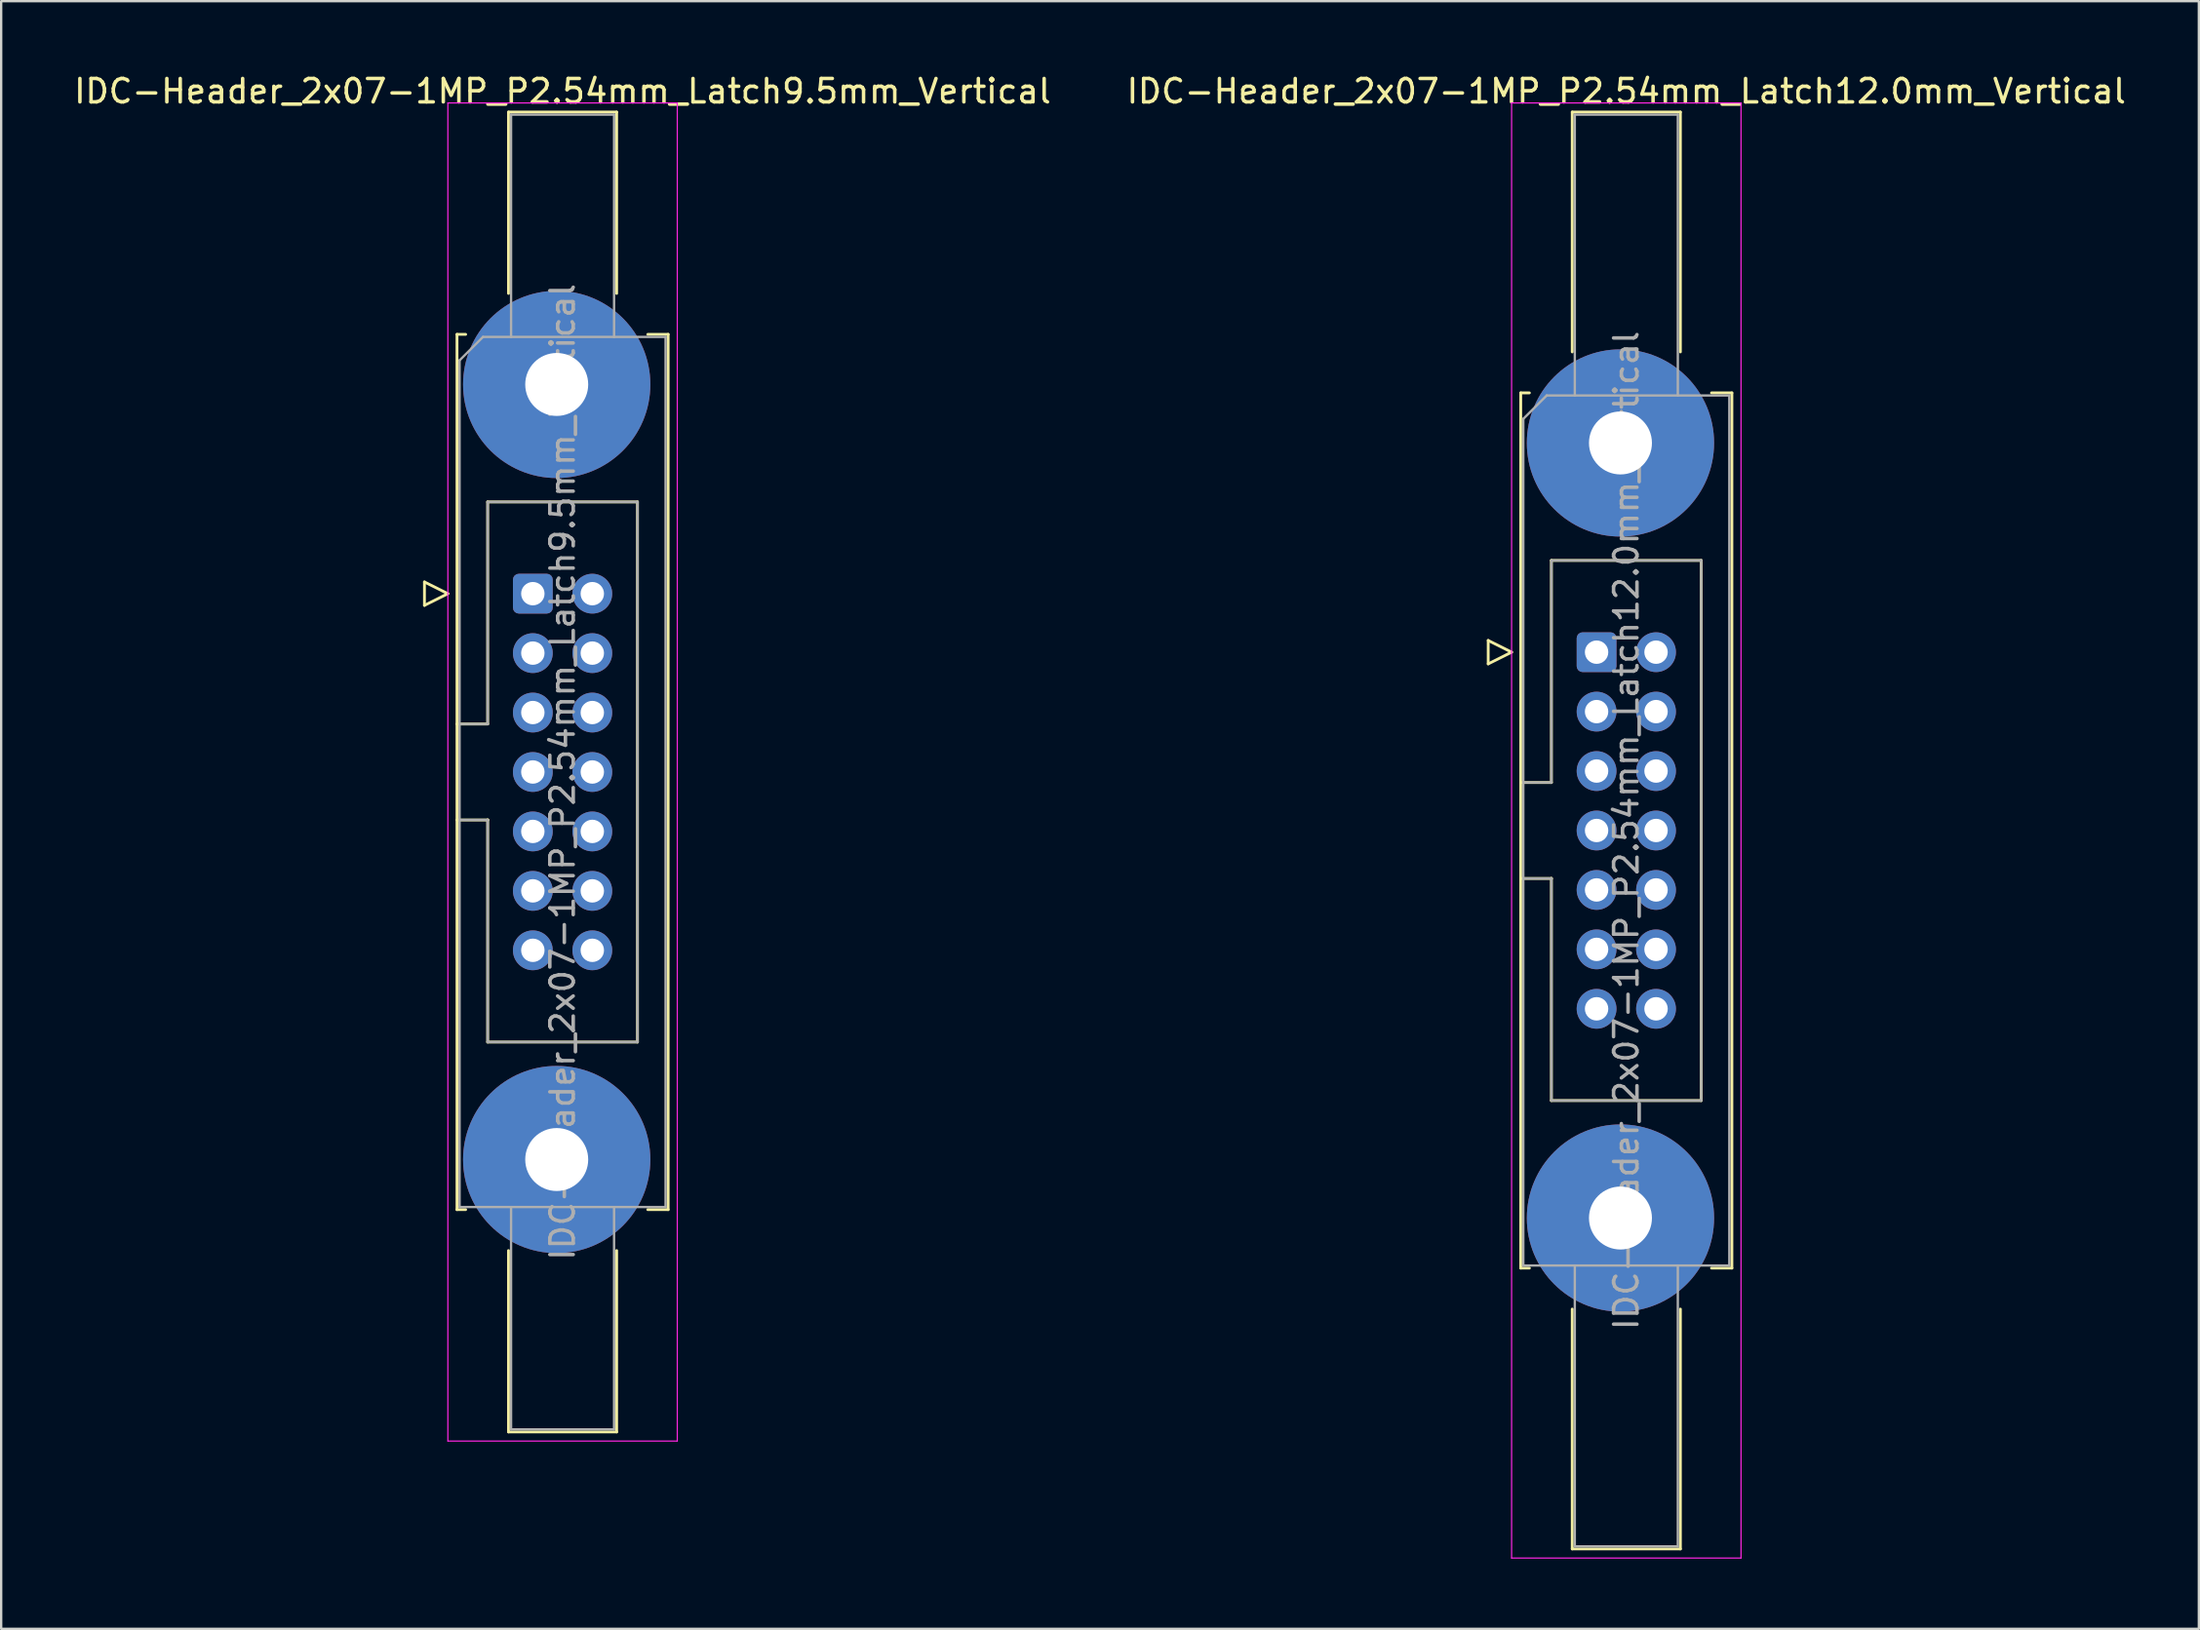
<source format=kicad_pcb>
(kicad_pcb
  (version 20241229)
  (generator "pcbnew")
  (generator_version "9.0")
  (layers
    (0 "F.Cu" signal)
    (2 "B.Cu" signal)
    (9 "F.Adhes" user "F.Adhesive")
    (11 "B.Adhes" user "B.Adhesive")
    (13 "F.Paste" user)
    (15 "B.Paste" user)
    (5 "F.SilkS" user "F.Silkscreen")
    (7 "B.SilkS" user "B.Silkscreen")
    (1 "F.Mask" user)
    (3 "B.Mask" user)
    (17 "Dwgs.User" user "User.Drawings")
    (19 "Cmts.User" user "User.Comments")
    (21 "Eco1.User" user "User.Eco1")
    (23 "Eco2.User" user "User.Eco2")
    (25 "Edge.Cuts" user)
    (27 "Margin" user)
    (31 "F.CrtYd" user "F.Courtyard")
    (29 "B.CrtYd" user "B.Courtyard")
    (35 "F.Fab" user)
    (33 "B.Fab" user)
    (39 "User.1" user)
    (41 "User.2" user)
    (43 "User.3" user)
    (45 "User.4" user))
  (footprint "IDC-Header_2x07-1MP_P2.54mm_Latch9.5mm_Vertical"
    (layer "F.Cu")
    (at 19.712 22.318)
    (property "Reference" "IDC-Header_2x07-1MP_P2.54mm_Latch9.5mm_Vertical" (at 1.27 -21.47 0) (layer "F.SilkS") (effects (font (size 1 1) (thickness 0.15))))
    (attr through_hole)
    (fp_line (start -4.63 -0.5) (end -4.63 0.5) (stroke (width 0.12) (type solid)) (layer "F.SilkS"))
    (fp_line (start -4.63 0.5) (end -3.63 0) (stroke (width 0.12) (type solid)) (layer "F.SilkS"))
    (fp_line (start -3.63 0) (end -4.63 -0.5) (stroke (width 0.12) (type solid)) (layer "F.SilkS"))
    (fp_line (start -3.24 -11.08) (end -3.24 26.32) (stroke (width 0.12) (type solid)) (layer "F.SilkS"))
    (fp_line (start -3.24 5.57) (end -1.93 5.57) (stroke (width 0.12) (type solid)) (layer "F.SilkS"))
    (fp_line (start -3.24 26.32) (end -2.87 26.32) (stroke (width 0.12) (type solid)) (layer "F.SilkS"))
    (fp_line (start -2.87 -11.08) (end -3.24 -11.08) (stroke (width 0.12) (type solid)) (layer "F.SilkS"))
    (fp_line (start -1.93 -3.92) (end 4.47 -3.92) (stroke (width 0.12) (type solid)) (layer "F.SilkS"))
    (fp_line (start -1.93 5.57) (end -1.93 -3.92) (stroke (width 0.12) (type solid)) (layer "F.SilkS"))
    (fp_line (start -1.93 9.67) (end -3.24 9.67) (stroke (width 0.12) (type solid)) (layer "F.SilkS"))
    (fp_line (start -1.93 9.67) (end -1.93 9.67) (stroke (width 0.12) (type solid)) (layer "F.SilkS"))
    (fp_line (start -1.93 19.16) (end -1.93 9.67) (stroke (width 0.12) (type solid)) (layer "F.SilkS"))
    (fp_line (start -1.04 -20.58) (end 3.58 -20.58) (stroke (width 0.12) (type solid)) (layer "F.SilkS"))
    (fp_line (start -1.04 -12.83) (end -1.04 -20.58) (stroke (width 0.12) (type solid)) (layer "F.SilkS"))
    (fp_line (start -1.04 28.07) (end -1.04 35.82) (stroke (width 0.12) (type solid)) (layer "F.SilkS"))
    (fp_line (start -1.04 35.82) (end 3.58 35.82) (stroke (width 0.12) (type solid)) (layer "F.SilkS"))
    (fp_line (start 3.58 -20.58) (end 3.58 -12.83) (stroke (width 0.12) (type solid)) (layer "F.SilkS"))
    (fp_line (start 3.58 35.82) (end 3.58 28.07) (stroke (width 0.12) (type solid)) (layer "F.SilkS"))
    (fp_line (start 4.47 -3.92) (end 4.47 19.16) (stroke (width 0.12) (type solid)) (layer "F.SilkS"))
    (fp_line (start 4.47 19.16) (end -1.93 19.16) (stroke (width 0.12) (type solid)) (layer "F.SilkS"))
    (fp_line (start 4.91 -11.08) (end 5.78 -11.08) (stroke (width 0.12) (type solid)) (layer "F.SilkS"))
    (fp_line (start 5.78 -11.08) (end 5.78 26.32) (stroke (width 0.12) (type solid)) (layer "F.SilkS"))
    (fp_line (start 5.78 26.32) (end 4.91 26.32) (stroke (width 0.12) (type solid)) (layer "F.SilkS"))
    (fp_line (start -3.63 -20.97) (end -3.63 36.21) (stroke (width 0.05) (type solid)) (layer "F.CrtYd"))
    (fp_line (start -3.63 36.21) (end 6.17 36.21) (stroke (width 0.05) (type solid)) (layer "F.CrtYd"))
    (fp_line (start 6.17 -20.97) (end -3.63 -20.97) (stroke (width 0.05) (type solid)) (layer "F.CrtYd"))
    (fp_line (start 6.17 36.21) (end 6.17 -20.97) (stroke (width 0.05) (type solid)) (layer "F.CrtYd"))
    (fp_line (start -3.13 -9.97) (end -2.13 -10.97) (stroke (width 0.1) (type solid)) (layer "F.Fab"))
    (fp_line (start -3.13 5.57) (end -1.93 5.57) (stroke (width 0.1) (type solid)) (layer "F.Fab"))
    (fp_line (start -3.13 26.21) (end -3.13 -9.97) (stroke (width 0.1) (type solid)) (layer "F.Fab"))
    (fp_line (start -2.13 -10.97) (end 5.67 -10.97) (stroke (width 0.1) (type solid)) (layer "F.Fab"))
    (fp_line (start -1.93 -3.92) (end 4.47 -3.92) (stroke (width 0.1) (type solid)) (layer "F.Fab"))
    (fp_line (start -1.93 5.57) (end -1.93 -3.92) (stroke (width 0.1) (type solid)) (layer "F.Fab"))
    (fp_line (start -1.93 9.67) (end -3.13 9.67) (stroke (width 0.1) (type solid)) (layer "F.Fab"))
    (fp_line (start -1.93 9.67) (end -1.93 9.67) (stroke (width 0.1) (type solid)) (layer "F.Fab"))
    (fp_line (start -1.93 19.16) (end -1.93 9.67) (stroke (width 0.1) (type solid)) (layer "F.Fab"))
    (fp_line (start -0.93 -20.47) (end 3.47 -20.47) (stroke (width 0.1) (type solid)) (layer "F.Fab"))
    (fp_line (start -0.93 -10.97) (end -0.93 -20.47) (stroke (width 0.1) (type solid)) (layer "F.Fab"))
    (fp_line (start -0.93 26.21) (end -0.93 35.71) (stroke (width 0.1) (type solid)) (layer "F.Fab"))
    (fp_line (start -0.93 35.71) (end 3.47 35.71) (stroke (width 0.1) (type solid)) (layer "F.Fab"))
    (fp_line (start 3.47 -20.47) (end 3.47 -10.97) (stroke (width 0.1) (type solid)) (layer "F.Fab"))
    (fp_line (start 3.47 35.71) (end 3.47 26.21) (stroke (width 0.1) (type solid)) (layer "F.Fab"))
    (fp_line (start 4.47 -3.92) (end 4.47 19.16) (stroke (width 0.1) (type solid)) (layer "F.Fab"))
    (fp_line (start 4.47 19.16) (end -1.93 19.16) (stroke (width 0.1) (type solid)) (layer "F.Fab"))
    (fp_line (start 5.67 -10.97) (end 5.67 26.21) (stroke (width 0.1) (type solid)) (layer "F.Fab"))
    (fp_line (start 5.67 26.21) (end -3.13 26.21) (stroke (width 0.1) (type solid)) (layer "F.Fab"))
    (fp_text user "${REFERENCE}" (at 1.27 7.62 90) (layer "F.Fab") (effects (font (size 1 1) (thickness 0.15))))
    (pad "1" thru_hole roundrect (at 0 0) (size 1.7 1.7) (drill 1) (layers "*.Cu" "*.Mask") (roundrect_rratio 0.147))
    (pad "2" thru_hole circle (at 2.54 0) (size 1.7 1.7) (drill 1) (layers "*.Cu" "*.Mask"))
    (pad "3" thru_hole circle (at 0 2.54) (size 1.7 1.7) (drill 1) (layers "*.Cu" "*.Mask"))
    (pad "4" thru_hole circle (at 2.54 2.54) (size 1.7 1.7) (drill 1) (layers "*.Cu" "*.Mask"))
    (pad "5" thru_hole circle (at 0 5.08) (size 1.7 1.7) (drill 1) (layers "*.Cu" "*.Mask"))
    (pad "6" thru_hole circle (at 2.54 5.08) (size 1.7 1.7) (drill 1) (layers "*.Cu" "*.Mask"))
    (pad "7" thru_hole circle (at 0 7.62) (size 1.7 1.7) (drill 1) (layers "*.Cu" "*.Mask"))
    (pad "8" thru_hole circle (at 2.54 7.62) (size 1.7 1.7) (drill 1) (layers "*.Cu" "*.Mask"))
    (pad "9" thru_hole circle (at 0 10.16) (size 1.7 1.7) (drill 1) (layers "*.Cu" "*.Mask"))
    (pad "10" thru_hole circle (at 2.54 10.16) (size 1.7 1.7) (drill 1) (layers "*.Cu" "*.Mask"))
    (pad "11" thru_hole circle (at 0 12.7) (size 1.7 1.7) (drill 1) (layers "*.Cu" "*.Mask"))
    (pad "12" thru_hole circle (at 2.54 12.7) (size 1.7 1.7) (drill 1) (layers "*.Cu" "*.Mask"))
    (pad "13" thru_hole circle (at 0 15.24) (size 1.7 1.7) (drill 1) (layers "*.Cu" "*.Mask"))
    (pad "14" thru_hole circle (at 2.54 15.24) (size 1.7 1.7) (drill 1) (layers "*.Cu" "*.Mask"))
    (pad "MP" thru_hole circle (at 1.02 -8.94) (size 8 8) (drill 2.69) (layers "*.Cu" "*.Mask"))
    (pad "MP" thru_hole circle (at 1.02 24.18) (size 8 8) (drill 2.69) (layers "*.Cu" "*.Mask")))
  (footprint "IDC-Header_2x07-1MP_P2.54mm_Latch12.0mm_Vertical"
    (layer "F.Cu")
    (at 65.153 24.818)
    (property "Reference" "IDC-Header_2x07-1MP_P2.54mm_Latch12.0mm_Vertical" (at 1.27 -23.97 0) (layer "F.SilkS") (effects (font (size 1 1) (thickness 0.15))))
    (attr through_hole)
    (fp_line (start -4.63 -0.5) (end -4.63 0.5) (stroke (width 0.12) (type solid)) (layer "F.SilkS"))
    (fp_line (start -4.63 0.5) (end -3.63 0) (stroke (width 0.12) (type solid)) (layer "F.SilkS"))
    (fp_line (start -3.63 0) (end -4.63 -0.5) (stroke (width 0.12) (type solid)) (layer "F.SilkS"))
    (fp_line (start -3.24 -11.08) (end -3.24 26.32) (stroke (width 0.12) (type solid)) (layer "F.SilkS"))
    (fp_line (start -3.24 5.57) (end -1.93 5.57) (stroke (width 0.12) (type solid)) (layer "F.SilkS"))
    (fp_line (start -3.24 26.32) (end -2.87 26.32) (stroke (width 0.12) (type solid)) (layer "F.SilkS"))
    (fp_line (start -2.87 -11.08) (end -3.24 -11.08) (stroke (width 0.12) (type solid)) (layer "F.SilkS"))
    (fp_line (start -1.93 -3.92) (end 4.47 -3.92) (stroke (width 0.12) (type solid)) (layer "F.SilkS"))
    (fp_line (start -1.93 5.57) (end -1.93 -3.92) (stroke (width 0.12) (type solid)) (layer "F.SilkS"))
    (fp_line (start -1.93 9.67) (end -3.24 9.67) (stroke (width 0.12) (type solid)) (layer "F.SilkS"))
    (fp_line (start -1.93 9.67) (end -1.93 9.67) (stroke (width 0.12) (type solid)) (layer "F.SilkS"))
    (fp_line (start -1.93 19.16) (end -1.93 9.67) (stroke (width 0.12) (type solid)) (layer "F.SilkS"))
    (fp_line (start -1.04 -23.08) (end 3.58 -23.08) (stroke (width 0.12) (type solid)) (layer "F.SilkS"))
    (fp_line (start -1.04 -12.83) (end -1.04 -23.08) (stroke (width 0.12) (type solid)) (layer "F.SilkS"))
    (fp_line (start -1.04 28.07) (end -1.04 38.32) (stroke (width 0.12) (type solid)) (layer "F.SilkS"))
    (fp_line (start -1.04 38.32) (end 3.58 38.32) (stroke (width 0.12) (type solid)) (layer "F.SilkS"))
    (fp_line (start 3.58 -23.08) (end 3.58 -12.83) (stroke (width 0.12) (type solid)) (layer "F.SilkS"))
    (fp_line (start 3.58 38.32) (end 3.58 28.07) (stroke (width 0.12) (type solid)) (layer "F.SilkS"))
    (fp_line (start 4.47 -3.92) (end 4.47 19.16) (stroke (width 0.12) (type solid)) (layer "F.SilkS"))
    (fp_line (start 4.47 19.16) (end -1.93 19.16) (stroke (width 0.12) (type solid)) (layer "F.SilkS"))
    (fp_line (start 4.91 -11.08) (end 5.78 -11.08) (stroke (width 0.12) (type solid)) (layer "F.SilkS"))
    (fp_line (start 5.78 -11.08) (end 5.78 26.32) (stroke (width 0.12) (type solid)) (layer "F.SilkS"))
    (fp_line (start 5.78 26.32) (end 4.91 26.32) (stroke (width 0.12) (type solid)) (layer "F.SilkS"))
    (fp_line (start -3.63 -23.47) (end -3.63 38.71) (stroke (width 0.05) (type solid)) (layer "F.CrtYd"))
    (fp_line (start -3.63 38.71) (end 6.17 38.71) (stroke (width 0.05) (type solid)) (layer "F.CrtYd"))
    (fp_line (start 6.17 -23.47) (end -3.63 -23.47) (stroke (width 0.05) (type solid)) (layer "F.CrtYd"))
    (fp_line (start 6.17 38.71) (end 6.17 -23.47) (stroke (width 0.05) (type solid)) (layer "F.CrtYd"))
    (fp_line (start -3.13 -9.97) (end -2.13 -10.97) (stroke (width 0.1) (type solid)) (layer "F.Fab"))
    (fp_line (start -3.13 5.57) (end -1.93 5.57) (stroke (width 0.1) (type solid)) (layer "F.Fab"))
    (fp_line (start -3.13 26.21) (end -3.13 -9.97) (stroke (width 0.1) (type solid)) (layer "F.Fab"))
    (fp_line (start -2.13 -10.97) (end 5.67 -10.97) (stroke (width 0.1) (type solid)) (layer "F.Fab"))
    (fp_line (start -1.93 -3.92) (end 4.47 -3.92) (stroke (width 0.1) (type solid)) (layer "F.Fab"))
    (fp_line (start -1.93 5.57) (end -1.93 -3.92) (stroke (width 0.1) (type solid)) (layer "F.Fab"))
    (fp_line (start -1.93 9.67) (end -3.13 9.67) (stroke (width 0.1) (type solid)) (layer "F.Fab"))
    (fp_line (start -1.93 9.67) (end -1.93 9.67) (stroke (width 0.1) (type solid)) (layer "F.Fab"))
    (fp_line (start -1.93 19.16) (end -1.93 9.67) (stroke (width 0.1) (type solid)) (layer "F.Fab"))
    (fp_line (start -0.93 -22.97) (end 3.47 -22.97) (stroke (width 0.1) (type solid)) (layer "F.Fab"))
    (fp_line (start -0.93 -10.97) (end -0.93 -22.97) (stroke (width 0.1) (type solid)) (layer "F.Fab"))
    (fp_line (start -0.93 26.21) (end -0.93 38.21) (stroke (width 0.1) (type solid)) (layer "F.Fab"))
    (fp_line (start -0.93 38.21) (end 3.47 38.21) (stroke (width 0.1) (type solid)) (layer "F.Fab"))
    (fp_line (start 3.47 -22.97) (end 3.47 -10.97) (stroke (width 0.1) (type solid)) (layer "F.Fab"))
    (fp_line (start 3.47 38.21) (end 3.47 26.21) (stroke (width 0.1) (type solid)) (layer "F.Fab"))
    (fp_line (start 4.47 -3.92) (end 4.47 19.16) (stroke (width 0.1) (type solid)) (layer "F.Fab"))
    (fp_line (start 4.47 19.16) (end -1.93 19.16) (stroke (width 0.1) (type solid)) (layer "F.Fab"))
    (fp_line (start 5.67 -10.97) (end 5.67 26.21) (stroke (width 0.1) (type solid)) (layer "F.Fab"))
    (fp_line (start 5.67 26.21) (end -3.13 26.21) (stroke (width 0.1) (type solid)) (layer "F.Fab"))
    (fp_text user "${REFERENCE}" (at 1.27 7.62 90) (layer "F.Fab") (effects (font (size 1 1) (thickness 0.15))))
    (pad "1" thru_hole roundrect (at 0 0) (size 1.7 1.7) (drill 1) (layers "*.Cu" "*.Mask") (roundrect_rratio 0.147))
    (pad "2" thru_hole circle (at 2.54 0) (size 1.7 1.7) (drill 1) (layers "*.Cu" "*.Mask"))
    (pad "3" thru_hole circle (at 0 2.54) (size 1.7 1.7) (drill 1) (layers "*.Cu" "*.Mask"))
    (pad "4" thru_hole circle (at 2.54 2.54) (size 1.7 1.7) (drill 1) (layers "*.Cu" "*.Mask"))
    (pad "5" thru_hole circle (at 0 5.08) (size 1.7 1.7) (drill 1) (layers "*.Cu" "*.Mask"))
    (pad "6" thru_hole circle (at 2.54 5.08) (size 1.7 1.7) (drill 1) (layers "*.Cu" "*.Mask"))
    (pad "7" thru_hole circle (at 0 7.62) (size 1.7 1.7) (drill 1) (layers "*.Cu" "*.Mask"))
    (pad "8" thru_hole circle (at 2.54 7.62) (size 1.7 1.7) (drill 1) (layers "*.Cu" "*.Mask"))
    (pad "9" thru_hole circle (at 0 10.16) (size 1.7 1.7) (drill 1) (layers "*.Cu" "*.Mask"))
    (pad "10" thru_hole circle (at 2.54 10.16) (size 1.7 1.7) (drill 1) (layers "*.Cu" "*.Mask"))
    (pad "11" thru_hole circle (at 0 12.7) (size 1.7 1.7) (drill 1) (layers "*.Cu" "*.Mask"))
    (pad "12" thru_hole circle (at 2.54 12.7) (size 1.7 1.7) (drill 1) (layers "*.Cu" "*.Mask"))
    (pad "13" thru_hole circle (at 0 15.24) (size 1.7 1.7) (drill 1) (layers "*.Cu" "*.Mask"))
    (pad "14" thru_hole circle (at 2.54 15.24) (size 1.7 1.7) (drill 1) (layers "*.Cu" "*.Mask"))
    (pad "MP" thru_hole circle (at 1.02 -8.94) (size 8 8) (drill 2.69) (layers "*.Cu" "*.Mask"))
    (pad "MP" thru_hole circle (at 1.02 24.18) (size 8 8) (drill 2.69) (layers "*.Cu" "*.Mask")))
  (gr_rect
    (start -3 -3)
    (end 90.881 66.553)
    (stroke (width 0.1) (type default))
    (fill no)
    (layer "Edge.Cuts")))
</source>
